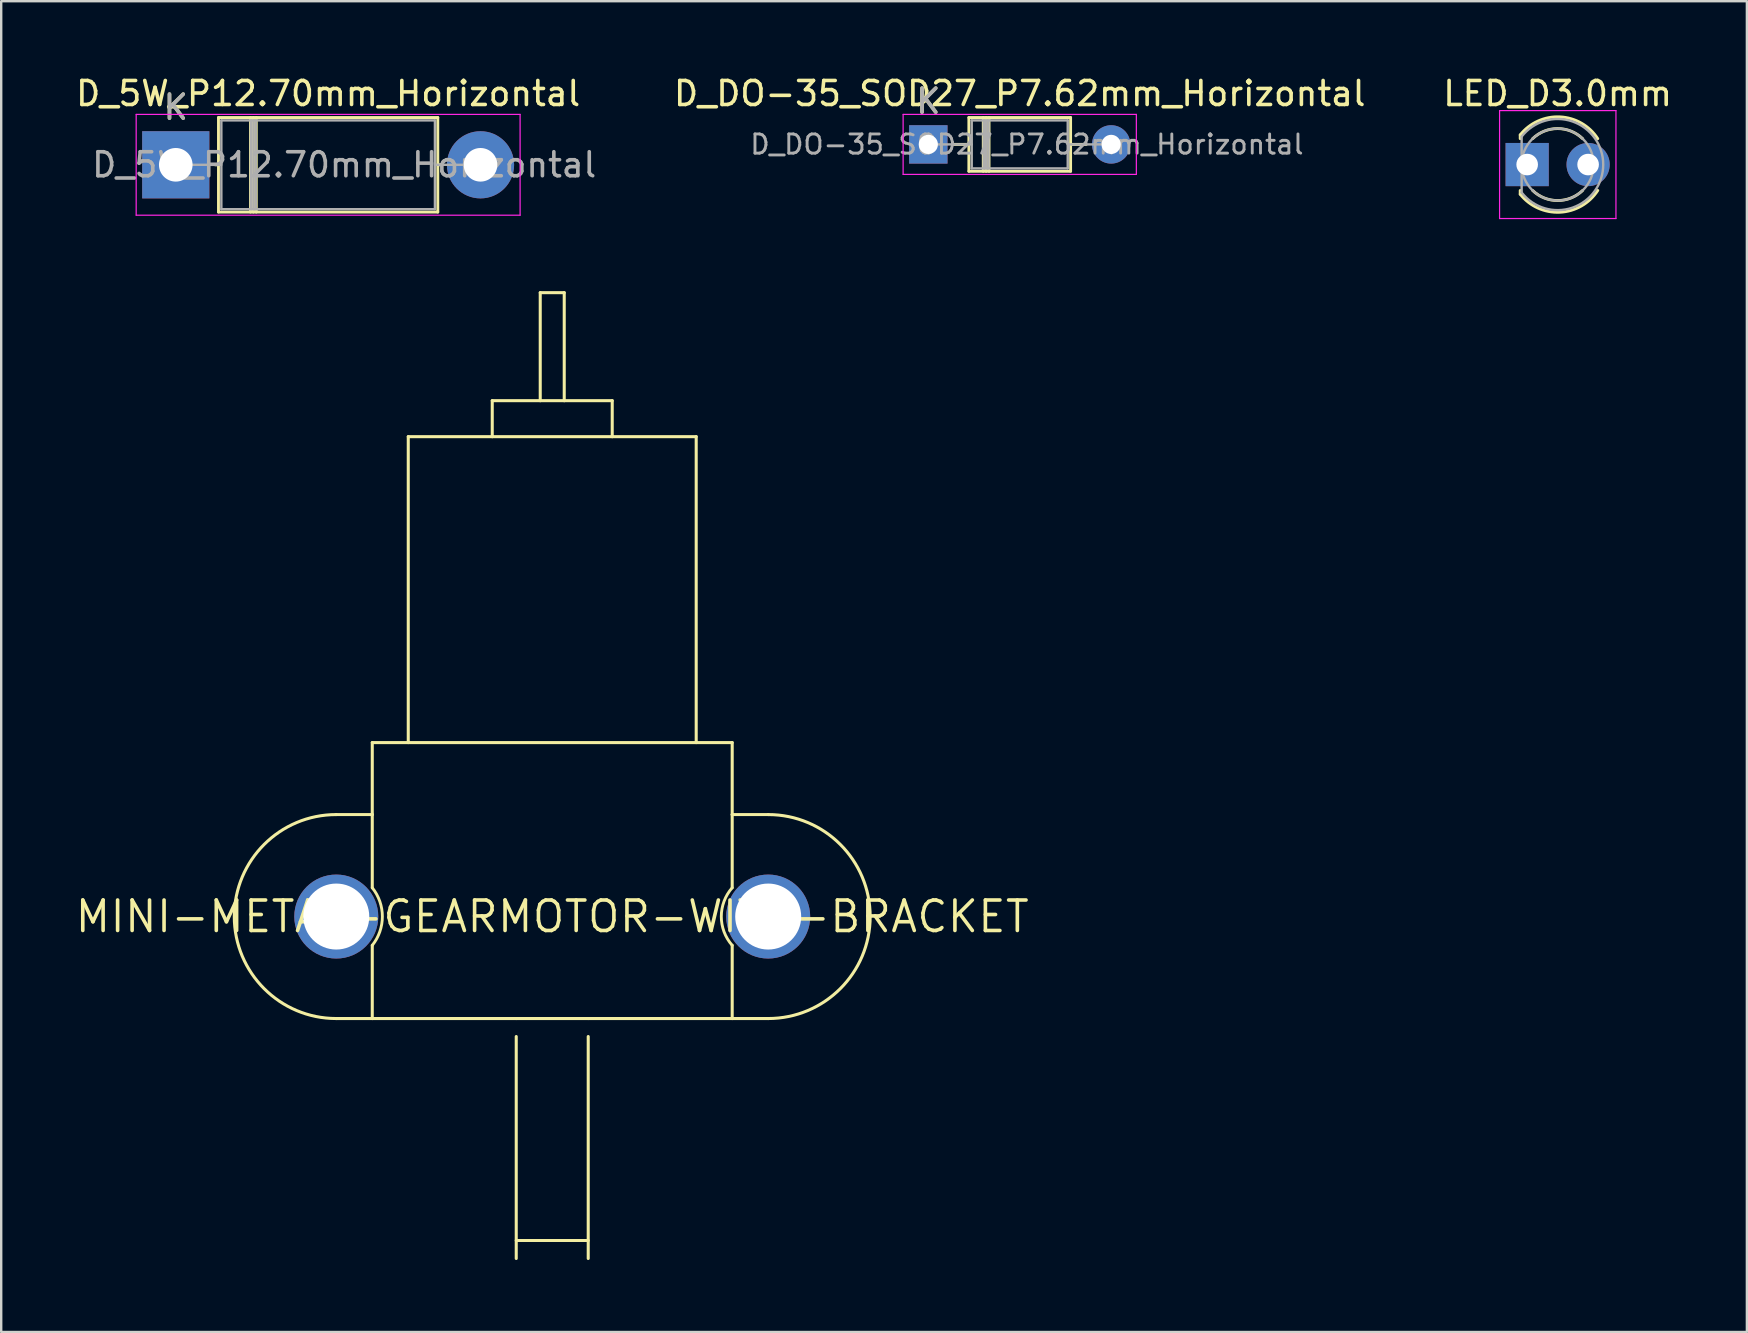
<source format=kicad_pcb>
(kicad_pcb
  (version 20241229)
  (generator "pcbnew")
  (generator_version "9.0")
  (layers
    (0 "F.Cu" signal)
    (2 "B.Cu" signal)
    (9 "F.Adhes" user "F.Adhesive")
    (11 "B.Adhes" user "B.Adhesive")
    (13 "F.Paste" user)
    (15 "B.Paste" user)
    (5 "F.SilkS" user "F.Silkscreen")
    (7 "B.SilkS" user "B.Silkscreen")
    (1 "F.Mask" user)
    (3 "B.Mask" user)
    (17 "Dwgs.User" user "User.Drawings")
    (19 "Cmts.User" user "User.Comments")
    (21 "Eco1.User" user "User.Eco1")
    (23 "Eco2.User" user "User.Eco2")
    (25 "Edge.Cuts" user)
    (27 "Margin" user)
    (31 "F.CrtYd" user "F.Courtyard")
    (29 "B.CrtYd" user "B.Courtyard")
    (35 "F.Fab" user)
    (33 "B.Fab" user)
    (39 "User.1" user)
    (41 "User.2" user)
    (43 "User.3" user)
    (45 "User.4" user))
  (footprint "D_5W_P12.70mm_Horizontal"
    (layer "F.Cu")
    (at 4.275 3.818)
    (property "Reference" "D_5W_P12.70mm_Horizontal" (at 6.35 -2.97 0) (layer "F.SilkS") (effects (font (size 1 1) (thickness 0.15))))
    (attr through_hole)
    (fp_line (start 1.64 0) (end 1.78 0) (stroke (width 0.12) (type solid)) (layer "F.SilkS"))
    (fp_line (start 1.78 -1.97) (end 1.78 1.97) (stroke (width 0.12) (type solid)) (layer "F.SilkS"))
    (fp_line (start 1.78 1.97) (end 10.92 1.97) (stroke (width 0.12) (type solid)) (layer "F.SilkS"))
    (fp_line (start 3.115 -1.97) (end 3.115 1.97) (stroke (width 0.12) (type solid)) (layer "F.SilkS"))
    (fp_line (start 3.235 -1.97) (end 3.235 1.97) (stroke (width 0.12) (type solid)) (layer "F.SilkS"))
    (fp_line (start 3.355 -1.97) (end 3.355 1.97) (stroke (width 0.12) (type solid)) (layer "F.SilkS"))
    (fp_line (start 10.92 -1.97) (end 1.78 -1.97) (stroke (width 0.12) (type solid)) (layer "F.SilkS"))
    (fp_line (start 10.92 1.97) (end 10.92 -1.97) (stroke (width 0.12) (type solid)) (layer "F.SilkS"))
    (fp_line (start 11.06 0) (end 10.92 0) (stroke (width 0.12) (type solid)) (layer "F.SilkS"))
    (fp_line (start -1.65 -2.1) (end -1.65 2.1) (stroke (width 0.05) (type solid)) (layer "F.CrtYd"))
    (fp_line (start -1.65 2.1) (end 14.35 2.1) (stroke (width 0.05) (type solid)) (layer "F.CrtYd"))
    (fp_line (start 14.35 -2.1) (end -1.65 -2.1) (stroke (width 0.05) (type solid)) (layer "F.CrtYd"))
    (fp_line (start 14.35 2.1) (end 14.35 -2.1) (stroke (width 0.05) (type solid)) (layer "F.CrtYd"))
    (fp_line (start 0 0) (end 1.9 0) (stroke (width 0.1) (type solid)) (layer "F.Fab"))
    (fp_line (start 1.9 -1.85) (end 1.9 1.85) (stroke (width 0.1) (type solid)) (layer "F.Fab"))
    (fp_line (start 1.9 1.85) (end 10.8 1.85) (stroke (width 0.1) (type solid)) (layer "F.Fab"))
    (fp_line (start 3.135 -1.85) (end 3.135 1.85) (stroke (width 0.1) (type solid)) (layer "F.Fab"))
    (fp_line (start 3.235 -1.85) (end 3.235 1.85) (stroke (width 0.1) (type solid)) (layer "F.Fab"))
    (fp_line (start 3.335 -1.85) (end 3.335 1.85) (stroke (width 0.1) (type solid)) (layer "F.Fab"))
    (fp_line (start 10.8 -1.85) (end 1.9 -1.85) (stroke (width 0.1) (type solid)) (layer "F.Fab"))
    (fp_line (start 10.8 1.85) (end 10.8 -1.85) (stroke (width 0.1) (type solid)) (layer "F.Fab"))
    (fp_line (start 12.7 0) (end 10.8 0) (stroke (width 0.1) (type solid)) (layer "F.Fab"))
    (fp_text user "K" (at 0 -2.4 0) (layer "F.SilkS") (effects (font (size 1 1) (thickness 0.15))))
    (fp_text user "K" (at 0 -2.4 0) (layer "F.Fab") (effects (font (size 1 1) (thickness 0.15))))
    (fp_text user "${REFERENCE}" (at 7.018 0 0) (layer "F.Fab") (effects (font (size 1 1) (thickness 0.15))))
    (pad "1" thru_hole rect (at 0 0) (size 2.8 2.8) (drill 1.4) (layers "*.Cu" "*.Mask"))
    (pad "2" thru_hole oval (at 12.7 0) (size 2.8 2.8) (drill 1.4) (layers "*.Cu" "*.Mask")))
  (footprint "D_DO-35_SOD27_P7.62mm_Horizontal"
    (layer "F.Cu")
    (at 35.637 2.968)
    (property "Reference" "D_DO-35_SOD27_P7.62mm_Horizontal" (at 3.81 -2.12 0) (layer "F.SilkS") (effects (font (size 1 1) (thickness 0.15))))
    (attr through_hole)
    (fp_line (start 1.04 0) (end 1.69 0) (stroke (width 0.12) (type solid)) (layer "F.SilkS"))
    (fp_line (start 1.69 -1.12) (end 1.69 1.12) (stroke (width 0.12) (type solid)) (layer "F.SilkS"))
    (fp_line (start 1.69 1.12) (end 5.93 1.12) (stroke (width 0.12) (type solid)) (layer "F.SilkS"))
    (fp_line (start 2.29 -1.12) (end 2.29 1.12) (stroke (width 0.12) (type solid)) (layer "F.SilkS"))
    (fp_line (start 2.41 -1.12) (end 2.41 1.12) (stroke (width 0.12) (type solid)) (layer "F.SilkS"))
    (fp_line (start 2.53 -1.12) (end 2.53 1.12) (stroke (width 0.12) (type solid)) (layer "F.SilkS"))
    (fp_line (start 5.93 -1.12) (end 1.69 -1.12) (stroke (width 0.12) (type solid)) (layer "F.SilkS"))
    (fp_line (start 5.93 1.12) (end 5.93 -1.12) (stroke (width 0.12) (type solid)) (layer "F.SilkS"))
    (fp_line (start 6.58 0) (end 5.93 0) (stroke (width 0.12) (type solid)) (layer "F.SilkS"))
    (fp_line (start -1.05 -1.25) (end -1.05 1.25) (stroke (width 0.05) (type solid)) (layer "F.CrtYd"))
    (fp_line (start -1.05 1.25) (end 8.67 1.25) (stroke (width 0.05) (type solid)) (layer "F.CrtYd"))
    (fp_line (start 8.67 -1.25) (end -1.05 -1.25) (stroke (width 0.05) (type solid)) (layer "F.CrtYd"))
    (fp_line (start 8.67 1.25) (end 8.67 -1.25) (stroke (width 0.05) (type solid)) (layer "F.CrtYd"))
    (fp_line (start 0 0) (end 1.81 0) (stroke (width 0.1) (type solid)) (layer "F.Fab"))
    (fp_line (start 1.81 -1) (end 1.81 1) (stroke (width 0.1) (type solid)) (layer "F.Fab"))
    (fp_line (start 1.81 1) (end 5.81 1) (stroke (width 0.1) (type solid)) (layer "F.Fab"))
    (fp_line (start 2.31 -1) (end 2.31 1) (stroke (width 0.1) (type solid)) (layer "F.Fab"))
    (fp_line (start 2.41 -1) (end 2.41 1) (stroke (width 0.1) (type solid)) (layer "F.Fab"))
    (fp_line (start 2.51 -1) (end 2.51 1) (stroke (width 0.1) (type solid)) (layer "F.Fab"))
    (fp_line (start 5.81 -1) (end 1.81 -1) (stroke (width 0.1) (type solid)) (layer "F.Fab"))
    (fp_line (start 5.81 1) (end 5.81 -1) (stroke (width 0.1) (type solid)) (layer "F.Fab"))
    (fp_line (start 7.62 0) (end 5.81 0) (stroke (width 0.1) (type solid)) (layer "F.Fab"))
    (fp_text user "K" (at 0 -1.8 0) (layer "F.SilkS") (effects (font (size 1 1) (thickness 0.15))))
    (fp_text user "K" (at 0 -1.8 0) (layer "F.Fab") (effects (font (size 1 1) (thickness 0.15))))
    (fp_text user "${REFERENCE}" (at 4.11 0 0) (layer "F.Fab") (effects (font (size 0.8 0.8) (thickness 0.12))))
    (pad "1" thru_hole rect (at 0 0) (size 1.6 1.6) (drill 0.8) (layers "*.Cu" "*.Mask"))
    (pad "2" thru_hole oval (at 7.62 0) (size 1.6 1.6) (drill 0.8) (layers "*.Cu" "*.Mask")))
  (footprint "MINI-METAL-GEARMOTOR-WITH-BRACKET"
    (layer "F.Cu")
    (at 19.964 35.147)
    (property "Reference" "MINI-METAL-GEARMOTOR-WITH-BRACKET" (at 0 0 0) (layer "F.SilkS") (effects (font (size 1.27 1.27) (thickness 0.15))))
    (fp_line (start -9 -4.25) (end -7.5 -4.25) (stroke (width 0.127) (type solid)) (layer "F.SilkS"))
    (fp_line (start -9 4.25) (end -7.5 4.25) (stroke (width 0.127) (type solid)) (layer "F.SilkS"))
    (fp_line (start -7.5 -7.25) (end -6 -7.25) (stroke (width 0.127) (type solid)) (layer "F.SilkS"))
    (fp_line (start -7.5 -4.25) (end -7.5 -7.25) (stroke (width 0.127) (type solid)) (layer "F.SilkS"))
    (fp_line (start -7.5 -1.2) (end -7.5 -4.25) (stroke (width 0.127) (type solid)) (layer "F.SilkS"))
    (fp_line (start -7.5 4.25) (end -7.5 1.2) (stroke (width 0.127) (type solid)) (layer "F.SilkS"))
    (fp_line (start -6 -20) (end -2.5 -20) (stroke (width 0.127) (type solid)) (layer "F.SilkS"))
    (fp_line (start -6 -7.25) (end -6 -20) (stroke (width 0.127) (type solid)) (layer "F.SilkS"))
    (fp_line (start -6 -7.25) (end 6 -7.25) (stroke (width 0.127) (type solid)) (layer "F.SilkS"))
    (fp_line (start -2.5 -21.5) (end -0.5 -21.5) (stroke (width 0.127) (type solid)) (layer "F.SilkS"))
    (fp_line (start -2.5 -20) (end -2.5 -21.5) (stroke (width 0.127) (type solid)) (layer "F.SilkS"))
    (fp_line (start -2.5 -20) (end 2.5 -20) (stroke (width 0.127) (type solid)) (layer "F.SilkS"))
    (fp_line (start -1.5 4.25) (end -7.5 4.25) (stroke (width 0.127) (type solid)) (layer "F.SilkS"))
    (fp_line (start -1.5 5) (end -1.5 14.25) (stroke (width 0.127) (type solid)) (layer "F.SilkS"))
    (fp_line (start -1.5 13.5) (end 1.5 13.5) (stroke (width 0.127) (type solid)) (layer "F.SilkS"))
    (fp_line (start -0.5 -26) (end 0.5 -26) (stroke (width 0.127) (type solid)) (layer "F.SilkS"))
    (fp_line (start -0.5 -21.5) (end -0.5 -26) (stroke (width 0.127) (type solid)) (layer "F.SilkS"))
    (fp_line (start -0.5 -21.5) (end 0.5 -21.5) (stroke (width 0.127) (type solid)) (layer "F.SilkS"))
    (fp_line (start 0.5 -26) (end 0.5 -21.5) (stroke (width 0.127) (type solid)) (layer "F.SilkS"))
    (fp_line (start 0.5 -21.5) (end 2.5 -21.5) (stroke (width 0.127) (type solid)) (layer "F.SilkS"))
    (fp_line (start 1.5 4.25) (end -1.5 4.25) (stroke (width 0.127) (type solid)) (layer "F.SilkS"))
    (fp_line (start 1.5 14.25) (end 1.5 5) (stroke (width 0.127) (type solid)) (layer "F.SilkS"))
    (fp_line (start 2.5 -21.5) (end 2.5 -20) (stroke (width 0.127) (type solid)) (layer "F.SilkS"))
    (fp_line (start 2.5 -20) (end 6 -20) (stroke (width 0.127) (type solid)) (layer "F.SilkS"))
    (fp_line (start 6 -20) (end 6 -7.25) (stroke (width 0.127) (type solid)) (layer "F.SilkS"))
    (fp_line (start 6 -7.25) (end 7.5 -7.25) (stroke (width 0.127) (type solid)) (layer "F.SilkS"))
    (fp_line (start 7.5 -7.25) (end 7.5 -4.25) (stroke (width 0.127) (type solid)) (layer "F.SilkS"))
    (fp_line (start 7.5 -4.25) (end 7.5 -1.2) (stroke (width 0.127) (type solid)) (layer "F.SilkS"))
    (fp_line (start 7.5 4.25) (end 1.5 4.25) (stroke (width 0.127) (type solid)) (layer "F.SilkS"))
    (fp_line (start 7.5 4.25) (end 7.5 1.2) (stroke (width 0.127) (type solid)) (layer "F.SilkS"))
    (fp_line (start 9 -4.25) (end 7.5 -4.25) (stroke (width 0.127) (type solid)) (layer "F.SilkS"))
    (fp_line (start 9 4.25) (end 7.5 4.25) (stroke (width 0.127) (type solid)) (layer "F.SilkS"))
    (fp_arc (start -9 4.25) (mid -13.25 0) (end -9 -4.25) (stroke (width 0.127) (type solid)) (layer "F.SilkS"))
    (fp_arc (start -7.5 -1.2) (mid -7.079178 0) (end -7.5 1.2) (stroke (width 0.12) (type solid)) (layer "F.SilkS"))
    (fp_arc (start 7.5 1.2) (mid 7.045959 0) (end 7.5 -1.2) (stroke (width 0.12) (type solid)) (layer "F.SilkS"))
    (fp_arc (start 9 -4.25) (mid 13.25 0) (end 9 4.25) (stroke (width 0.127) (type solid)) (layer "F.SilkS"))
    (pad "" np_thru_hole circle (at -9 0) (size 3.5 3.5) (drill 2.75) (layers "*.Cu" "*.Mask"))
    (pad "" np_thru_hole circle (at 9 0) (size 3.5 3.5) (drill 2.75) (layers "*.Cu" "*.Mask")))
  (footprint "LED_D3.0mm"
    (layer "F.Cu")
    (at 60.594 3.808)
    (property "Reference" "LED_D3.0mm" (at 1.27 -2.96 0) (layer "F.SilkS") (effects (font (size 1 1) (thickness 0.15))))
    (attr through_hole)
    (fp_line (start -0.29 -1.236) (end -0.29 -1.08) (stroke (width 0.12) (type solid)) (layer "F.SilkS"))
    (fp_line (start -0.29 1.08) (end -0.29 1.236) (stroke (width 0.12) (type solid)) (layer "F.SilkS"))
    (fp_arc (start -0.29 -1.235516) (mid 1.366487 -1.987659) (end 2.942335 -1.078608) (stroke (width 0.12) (type solid)) (layer "F.SilkS"))
    (fp_arc (start 0.229039 -1.08) (mid 1.270117 -1.5) (end 2.31113 -1.079837) (stroke (width 0.12) (type solid)) (layer "F.SilkS"))
    (fp_arc (start 2.31113 1.079837) (mid 1.270117 1.5) (end 0.229039 1.08) (stroke (width 0.12) (type solid)) (layer "F.SilkS"))
    (fp_arc (start 2.942335 1.078608) (mid 1.366487 1.987659) (end -0.29 1.235516) (stroke (width 0.12) (type solid)) (layer "F.SilkS"))
    (fp_line (start -1.15 -2.25) (end -1.15 2.25) (stroke (width 0.05) (type solid)) (layer "F.CrtYd"))
    (fp_line (start -1.15 2.25) (end 3.7 2.25) (stroke (width 0.05) (type solid)) (layer "F.CrtYd"))
    (fp_line (start 3.7 -2.25) (end -1.15 -2.25) (stroke (width 0.05) (type solid)) (layer "F.CrtYd"))
    (fp_line (start 3.7 2.25) (end 3.7 -2.25) (stroke (width 0.05) (type solid)) (layer "F.CrtYd"))
    (fp_line (start -0.23 -1.166) (end -0.23 1.166) (stroke (width 0.1) (type solid)) (layer "F.Fab"))
    (fp_arc (start -0.23 -1.16619) (mid 3.17 0.000452) (end -0.230555 1.165476) (stroke (width 0.1) (type solid)) (layer "F.Fab"))
    (fp_circle (center 1.27 0) (end 2.77 0) (stroke (width 0.1) (type solid)) (fill no) (layer "F.Fab"))
    (pad "1" thru_hole rect (at 0 0) (size 1.8 1.8) (drill 0.9) (layers "*.Cu" "*.Mask"))
    (pad "2" thru_hole circle (at 2.54 0) (size 1.8 1.8) (drill 0.9) (layers "*.Cu" "*.Mask")))
  (gr_rect
    (start -3 -3)
    (end 69.751 52.46)
    (stroke (width 0.1) (type default))
    (fill no)
    (layer "Edge.Cuts")))
</source>
